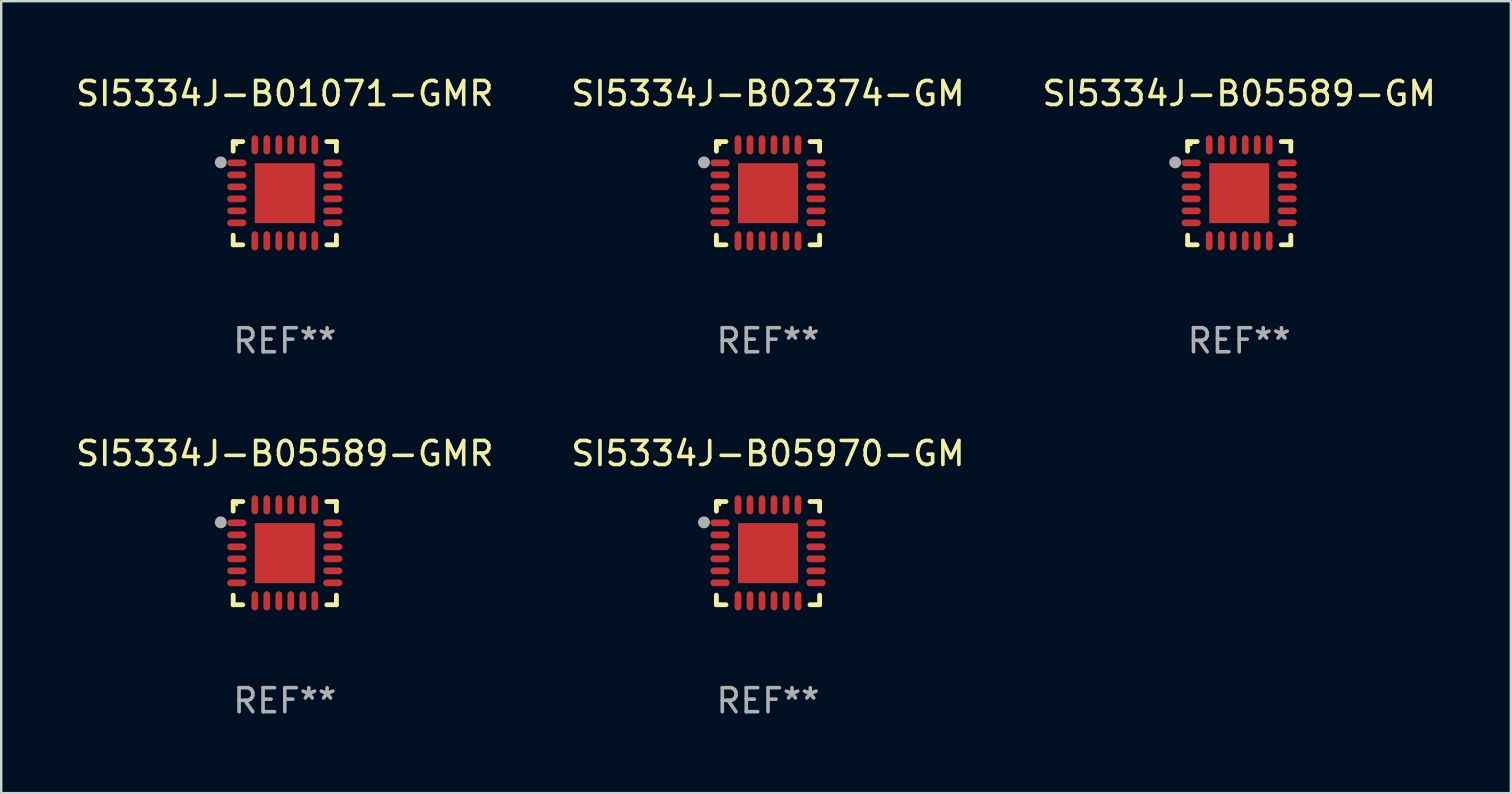
<source format=kicad_pcb>
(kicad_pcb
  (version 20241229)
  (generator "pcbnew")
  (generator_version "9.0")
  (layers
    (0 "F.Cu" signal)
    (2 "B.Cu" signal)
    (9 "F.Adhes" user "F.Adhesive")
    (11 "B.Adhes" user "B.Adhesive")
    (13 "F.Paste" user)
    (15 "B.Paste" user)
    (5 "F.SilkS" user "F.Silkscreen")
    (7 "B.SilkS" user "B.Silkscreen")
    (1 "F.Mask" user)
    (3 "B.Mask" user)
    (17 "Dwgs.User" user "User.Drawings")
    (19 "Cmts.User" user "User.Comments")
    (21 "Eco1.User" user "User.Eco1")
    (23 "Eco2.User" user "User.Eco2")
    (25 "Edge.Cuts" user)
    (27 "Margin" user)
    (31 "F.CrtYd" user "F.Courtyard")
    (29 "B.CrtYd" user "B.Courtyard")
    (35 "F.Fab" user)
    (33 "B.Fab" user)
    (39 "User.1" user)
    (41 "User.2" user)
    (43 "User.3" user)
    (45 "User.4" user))
  (footprint "SI5334J-B05589-GM"
    (layer "F.Cu")
    (at 48.577 4.998)
    (property "Reference" "SI5334J-B05589-GM" (at 0 -4.15 0) (layer "F.SilkS") (effects (font (size 1 1) (thickness 0.15))))
    (attr through_hole)
    (fp_line (start -2.15 -2.15) (end -1.75 -2.15) (stroke (width 0.2) (type solid)) (layer "F.SilkS"))
    (fp_line (start -2.15 -1.75) (end -2.15 -2.15) (stroke (width 0.2) (type solid)) (layer "F.SilkS"))
    (fp_line (start -2.15 2.15) (end -2.15 1.75) (stroke (width 0.2) (type solid)) (layer "F.SilkS"))
    (fp_line (start -1.75 2.15) (end -2.15 2.15) (stroke (width 0.2) (type solid)) (layer "F.SilkS"))
    (fp_line (start 1.75 -2.15) (end 2.15 -2.15) (stroke (width 0.2) (type solid)) (layer "F.SilkS"))
    (fp_line (start 1.75 2.15) (end 2.15 2.15) (stroke (width 0.2) (type solid)) (layer "F.SilkS"))
    (fp_line (start 2.15 -2.15) (end 2.15 -1.75) (stroke (width 0.2) (type solid)) (layer "F.SilkS"))
    (fp_line (start 2.15 2.15) (end 2.15 1.75) (stroke (width 0.2) (type solid)) (layer "F.SilkS"))
    (fp_circle (center -2 -2.013) (end -1.97 -2.013) (stroke (width 0.06) (type solid)) (fill no) (layer "F.SilkS"))
    (fp_circle (center -2.667 -1.283) (end -2.542 -1.283) (stroke (width 0.25) (type solid)) (fill no) (layer "F.Fab"))
    (fp_text user "REF**" (at 0 6.15 0) (layer "F.Fab") (effects (font (size 1 1) (thickness 0.15))))
    (pad "1" smd oval (at -2 -1.263) (size 0.8 0.28) (layers "F.Cu" "F.Mask" "F.Paste"))
    (pad "2" smd oval (at -2 -0.763) (size 0.8 0.28) (layers "F.Cu" "F.Mask" "F.Paste"))
    (pad "3" smd oval (at -2 -0.263) (size 0.8 0.28) (layers "F.Cu" "F.Mask" "F.Paste"))
    (pad "4" smd oval (at -2 0.237) (size 0.8 0.28) (layers "F.Cu" "F.Mask" "F.Paste"))
    (pad "5" smd oval (at -2 0.737) (size 0.8 0.28) (layers "F.Cu" "F.Mask" "F.Paste"))
    (pad "6" smd oval (at -2 1.237) (size 0.8 0.28) (layers "F.Cu" "F.Mask" "F.Paste"))
    (pad "7" smd oval (at -1.25 1.987) (size 0.28 0.8) (layers "F.Cu" "F.Mask" "F.Paste"))
    (pad "8" smd oval (at -0.75 1.987) (size 0.28 0.8) (layers "F.Cu" "F.Mask" "F.Paste"))
    (pad "9" smd oval (at -0.25 1.987) (size 0.28 0.8) (layers "F.Cu" "F.Mask" "F.Paste"))
    (pad "10" smd oval (at 0.25 1.987) (size 0.28 0.8) (layers "F.Cu" "F.Mask" "F.Paste"))
    (pad "11" smd oval (at 0.75 1.987) (size 0.28 0.8) (layers "F.Cu" "F.Mask" "F.Paste"))
    (pad "12" smd oval (at 1.25 1.987) (size 0.28 0.8) (layers "F.Cu" "F.Mask" "F.Paste"))
    (pad "13" smd oval (at 2 1.237) (size 0.8 0.28) (layers "F.Cu" "F.Mask" "F.Paste"))
    (pad "14" smd oval (at 2 0.737) (size 0.8 0.28) (layers "F.Cu" "F.Mask" "F.Paste"))
    (pad "15" smd oval (at 2 0.237) (size 0.8 0.28) (layers "F.Cu" "F.Mask" "F.Paste"))
    (pad "16" smd oval (at 2 -0.263) (size 0.8 0.28) (layers "F.Cu" "F.Mask" "F.Paste"))
    (pad "17" smd oval (at 2 -0.763) (size 0.8 0.28) (layers "F.Cu" "F.Mask" "F.Paste"))
    (pad "18" smd oval (at 2 -1.263) (size 0.8 0.28) (layers "F.Cu" "F.Mask" "F.Paste"))
    (pad "19" smd oval (at 1.25 -2.013) (size 0.28 0.8) (layers "F.Cu" "F.Mask" "F.Paste"))
    (pad "20" smd oval (at 0.75 -2.013) (size 0.28 0.8) (layers "F.Cu" "F.Mask" "F.Paste"))
    (pad "21" smd oval (at 0.25 -2.013) (size 0.28 0.8) (layers "F.Cu" "F.Mask" "F.Paste"))
    (pad "22" smd oval (at -0.25 -2.013) (size 0.28 0.8) (layers "F.Cu" "F.Mask" "F.Paste"))
    (pad "23" smd oval (at -0.75 -2.013) (size 0.28 0.8) (layers "F.Cu" "F.Mask" "F.Paste"))
    (pad "24" smd oval (at -1.25 -2.013) (size 0.28 0.8) (layers "F.Cu" "F.Mask" "F.Paste"))
    (pad "25" smd rect (at -0.000127 -0.00014) (size 2.5 2.5) (layers "F.Cu" "F.Mask" "F.Paste")))
  (footprint "SI5334J-B01071-GMR"
    (layer "F.Cu")
    (at 8.815 4.998)
    (property "Reference" "SI5334J-B01071-GMR" (at 0 -4.15 0) (layer "F.SilkS") (effects (font (size 1 1) (thickness 0.15))))
    (attr through_hole)
    (fp_line (start -2.15 -2.15) (end -1.75 -2.15) (stroke (width 0.2) (type solid)) (layer "F.SilkS"))
    (fp_line (start -2.15 -1.75) (end -2.15 -2.15) (stroke (width 0.2) (type solid)) (layer "F.SilkS"))
    (fp_line (start -2.15 2.15) (end -2.15 1.75) (stroke (width 0.2) (type solid)) (layer "F.SilkS"))
    (fp_line (start -1.75 2.15) (end -2.15 2.15) (stroke (width 0.2) (type solid)) (layer "F.SilkS"))
    (fp_line (start 1.75 -2.15) (end 2.15 -2.15) (stroke (width 0.2) (type solid)) (layer "F.SilkS"))
    (fp_line (start 1.75 2.15) (end 2.15 2.15) (stroke (width 0.2) (type solid)) (layer "F.SilkS"))
    (fp_line (start 2.15 -2.15) (end 2.15 -1.75) (stroke (width 0.2) (type solid)) (layer "F.SilkS"))
    (fp_line (start 2.15 2.15) (end 2.15 1.75) (stroke (width 0.2) (type solid)) (layer "F.SilkS"))
    (fp_circle (center -2 -2.013) (end -1.97 -2.013) (stroke (width 0.06) (type solid)) (fill no) (layer "F.SilkS"))
    (fp_circle (center -2.667 -1.283) (end -2.542 -1.283) (stroke (width 0.25) (type solid)) (fill no) (layer "F.Fab"))
    (fp_text user "REF**" (at 0 6.15 0) (layer "F.Fab") (effects (font (size 1 1) (thickness 0.15))))
    (pad "1" smd oval (at -2 -1.263) (size 0.8 0.28) (layers "F.Cu" "F.Mask" "F.Paste"))
    (pad "2" smd oval (at -2 -0.763) (size 0.8 0.28) (layers "F.Cu" "F.Mask" "F.Paste"))
    (pad "3" smd oval (at -2 -0.263) (size 0.8 0.28) (layers "F.Cu" "F.Mask" "F.Paste"))
    (pad "4" smd oval (at -2 0.237) (size 0.8 0.28) (layers "F.Cu" "F.Mask" "F.Paste"))
    (pad "5" smd oval (at -2 0.737) (size 0.8 0.28) (layers "F.Cu" "F.Mask" "F.Paste"))
    (pad "6" smd oval (at -2 1.237) (size 0.8 0.28) (layers "F.Cu" "F.Mask" "F.Paste"))
    (pad "7" smd oval (at -1.25 1.987) (size 0.28 0.8) (layers "F.Cu" "F.Mask" "F.Paste"))
    (pad "8" smd oval (at -0.75 1.987) (size 0.28 0.8) (layers "F.Cu" "F.Mask" "F.Paste"))
    (pad "9" smd oval (at -0.25 1.987) (size 0.28 0.8) (layers "F.Cu" "F.Mask" "F.Paste"))
    (pad "10" smd oval (at 0.25 1.987) (size 0.28 0.8) (layers "F.Cu" "F.Mask" "F.Paste"))
    (pad "11" smd oval (at 0.75 1.987) (size 0.28 0.8) (layers "F.Cu" "F.Mask" "F.Paste"))
    (pad "12" smd oval (at 1.25 1.987) (size 0.28 0.8) (layers "F.Cu" "F.Mask" "F.Paste"))
    (pad "13" smd oval (at 2 1.237) (size 0.8 0.28) (layers "F.Cu" "F.Mask" "F.Paste"))
    (pad "14" smd oval (at 2 0.737) (size 0.8 0.28) (layers "F.Cu" "F.Mask" "F.Paste"))
    (pad "15" smd oval (at 2 0.237) (size 0.8 0.28) (layers "F.Cu" "F.Mask" "F.Paste"))
    (pad "16" smd oval (at 2 -0.263) (size 0.8 0.28) (layers "F.Cu" "F.Mask" "F.Paste"))
    (pad "17" smd oval (at 2 -0.763) (size 0.8 0.28) (layers "F.Cu" "F.Mask" "F.Paste"))
    (pad "18" smd oval (at 2 -1.263) (size 0.8 0.28) (layers "F.Cu" "F.Mask" "F.Paste"))
    (pad "19" smd oval (at 1.25 -2.013) (size 0.28 0.8) (layers "F.Cu" "F.Mask" "F.Paste"))
    (pad "20" smd oval (at 0.75 -2.013) (size 0.28 0.8) (layers "F.Cu" "F.Mask" "F.Paste"))
    (pad "21" smd oval (at 0.25 -2.013) (size 0.28 0.8) (layers "F.Cu" "F.Mask" "F.Paste"))
    (pad "22" smd oval (at -0.25 -2.013) (size 0.28 0.8) (layers "F.Cu" "F.Mask" "F.Paste"))
    (pad "23" smd oval (at -0.75 -2.013) (size 0.28 0.8) (layers "F.Cu" "F.Mask" "F.Paste"))
    (pad "24" smd oval (at -1.25 -2.013) (size 0.28 0.8) (layers "F.Cu" "F.Mask" "F.Paste"))
    (pad "25" smd rect (at -0.000127 -0.00014) (size 2.5 2.5) (layers "F.Cu" "F.Mask" "F.Paste")))
  (footprint "SI5334J-B02374-GM"
    (layer "F.Cu")
    (at 28.946 4.998)
    (property "Reference" "SI5334J-B02374-GM" (at 0 -4.15 0) (layer "F.SilkS") (effects (font (size 1 1) (thickness 0.15))))
    (attr through_hole)
    (fp_line (start -2.15 -2.15) (end -1.75 -2.15) (stroke (width 0.2) (type solid)) (layer "F.SilkS"))
    (fp_line (start -2.15 -1.75) (end -2.15 -2.15) (stroke (width 0.2) (type solid)) (layer "F.SilkS"))
    (fp_line (start -2.15 2.15) (end -2.15 1.75) (stroke (width 0.2) (type solid)) (layer "F.SilkS"))
    (fp_line (start -1.75 2.15) (end -2.15 2.15) (stroke (width 0.2) (type solid)) (layer "F.SilkS"))
    (fp_line (start 1.75 -2.15) (end 2.15 -2.15) (stroke (width 0.2) (type solid)) (layer "F.SilkS"))
    (fp_line (start 1.75 2.15) (end 2.15 2.15) (stroke (width 0.2) (type solid)) (layer "F.SilkS"))
    (fp_line (start 2.15 -2.15) (end 2.15 -1.75) (stroke (width 0.2) (type solid)) (layer "F.SilkS"))
    (fp_line (start 2.15 2.15) (end 2.15 1.75) (stroke (width 0.2) (type solid)) (layer "F.SilkS"))
    (fp_circle (center -2 -2.013) (end -1.97 -2.013) (stroke (width 0.06) (type solid)) (fill no) (layer "F.SilkS"))
    (fp_circle (center -2.667 -1.283) (end -2.542 -1.283) (stroke (width 0.25) (type solid)) (fill no) (layer "F.Fab"))
    (fp_text user "REF**" (at 0 6.15 0) (layer "F.Fab") (effects (font (size 1 1) (thickness 0.15))))
    (pad "1" smd oval (at -2 -1.263) (size 0.8 0.28) (layers "F.Cu" "F.Mask" "F.Paste"))
    (pad "2" smd oval (at -2 -0.763) (size 0.8 0.28) (layers "F.Cu" "F.Mask" "F.Paste"))
    (pad "3" smd oval (at -2 -0.263) (size 0.8 0.28) (layers "F.Cu" "F.Mask" "F.Paste"))
    (pad "4" smd oval (at -2 0.237) (size 0.8 0.28) (layers "F.Cu" "F.Mask" "F.Paste"))
    (pad "5" smd oval (at -2 0.737) (size 0.8 0.28) (layers "F.Cu" "F.Mask" "F.Paste"))
    (pad "6" smd oval (at -2 1.237) (size 0.8 0.28) (layers "F.Cu" "F.Mask" "F.Paste"))
    (pad "7" smd oval (at -1.25 1.987) (size 0.28 0.8) (layers "F.Cu" "F.Mask" "F.Paste"))
    (pad "8" smd oval (at -0.75 1.987) (size 0.28 0.8) (layers "F.Cu" "F.Mask" "F.Paste"))
    (pad "9" smd oval (at -0.25 1.987) (size 0.28 0.8) (layers "F.Cu" "F.Mask" "F.Paste"))
    (pad "10" smd oval (at 0.25 1.987) (size 0.28 0.8) (layers "F.Cu" "F.Mask" "F.Paste"))
    (pad "11" smd oval (at 0.75 1.987) (size 0.28 0.8) (layers "F.Cu" "F.Mask" "F.Paste"))
    (pad "12" smd oval (at 1.25 1.987) (size 0.28 0.8) (layers "F.Cu" "F.Mask" "F.Paste"))
    (pad "13" smd oval (at 2 1.237) (size 0.8 0.28) (layers "F.Cu" "F.Mask" "F.Paste"))
    (pad "14" smd oval (at 2 0.737) (size 0.8 0.28) (layers "F.Cu" "F.Mask" "F.Paste"))
    (pad "15" smd oval (at 2 0.237) (size 0.8 0.28) (layers "F.Cu" "F.Mask" "F.Paste"))
    (pad "16" smd oval (at 2 -0.263) (size 0.8 0.28) (layers "F.Cu" "F.Mask" "F.Paste"))
    (pad "17" smd oval (at 2 -0.763) (size 0.8 0.28) (layers "F.Cu" "F.Mask" "F.Paste"))
    (pad "18" smd oval (at 2 -1.263) (size 0.8 0.28) (layers "F.Cu" "F.Mask" "F.Paste"))
    (pad "19" smd oval (at 1.25 -2.013) (size 0.28 0.8) (layers "F.Cu" "F.Mask" "F.Paste"))
    (pad "20" smd oval (at 0.75 -2.013) (size 0.28 0.8) (layers "F.Cu" "F.Mask" "F.Paste"))
    (pad "21" smd oval (at 0.25 -2.013) (size 0.28 0.8) (layers "F.Cu" "F.Mask" "F.Paste"))
    (pad "22" smd oval (at -0.25 -2.013) (size 0.28 0.8) (layers "F.Cu" "F.Mask" "F.Paste"))
    (pad "23" smd oval (at -0.75 -2.013) (size 0.28 0.8) (layers "F.Cu" "F.Mask" "F.Paste"))
    (pad "24" smd oval (at -1.25 -2.013) (size 0.28 0.8) (layers "F.Cu" "F.Mask" "F.Paste"))
    (pad "25" smd rect (at -0.000127 -0.00014) (size 2.5 2.5) (layers "F.Cu" "F.Mask" "F.Paste")))
  (footprint "SI5334J-B05589-GMR"
    (layer "F.Cu")
    (at 8.815 19.995)
    (property "Reference" "SI5334J-B05589-GMR" (at 0 -4.15 0) (layer "F.SilkS") (effects (font (size 1 1) (thickness 0.15))))
    (attr through_hole)
    (fp_line (start -2.15 -2.15) (end -1.75 -2.15) (stroke (width 0.2) (type solid)) (layer "F.SilkS"))
    (fp_line (start -2.15 -1.75) (end -2.15 -2.15) (stroke (width 0.2) (type solid)) (layer "F.SilkS"))
    (fp_line (start -2.15 2.15) (end -2.15 1.75) (stroke (width 0.2) (type solid)) (layer "F.SilkS"))
    (fp_line (start -1.75 2.15) (end -2.15 2.15) (stroke (width 0.2) (type solid)) (layer "F.SilkS"))
    (fp_line (start 1.75 -2.15) (end 2.15 -2.15) (stroke (width 0.2) (type solid)) (layer "F.SilkS"))
    (fp_line (start 1.75 2.15) (end 2.15 2.15) (stroke (width 0.2) (type solid)) (layer "F.SilkS"))
    (fp_line (start 2.15 -2.15) (end 2.15 -1.75) (stroke (width 0.2) (type solid)) (layer "F.SilkS"))
    (fp_line (start 2.15 2.15) (end 2.15 1.75) (stroke (width 0.2) (type solid)) (layer "F.SilkS"))
    (fp_circle (center -2 -2.013) (end -1.97 -2.013) (stroke (width 0.06) (type solid)) (fill no) (layer "F.SilkS"))
    (fp_circle (center -2.667 -1.283) (end -2.542 -1.283) (stroke (width 0.25) (type solid)) (fill no) (layer "F.Fab"))
    (fp_text user "REF**" (at 0 6.15 0) (layer "F.Fab") (effects (font (size 1 1) (thickness 0.15))))
    (pad "1" smd oval (at -2 -1.263) (size 0.8 0.28) (layers "F.Cu" "F.Mask" "F.Paste"))
    (pad "2" smd oval (at -2 -0.763) (size 0.8 0.28) (layers "F.Cu" "F.Mask" "F.Paste"))
    (pad "3" smd oval (at -2 -0.263) (size 0.8 0.28) (layers "F.Cu" "F.Mask" "F.Paste"))
    (pad "4" smd oval (at -2 0.237) (size 0.8 0.28) (layers "F.Cu" "F.Mask" "F.Paste"))
    (pad "5" smd oval (at -2 0.737) (size 0.8 0.28) (layers "F.Cu" "F.Mask" "F.Paste"))
    (pad "6" smd oval (at -2 1.237) (size 0.8 0.28) (layers "F.Cu" "F.Mask" "F.Paste"))
    (pad "7" smd oval (at -1.25 1.987) (size 0.28 0.8) (layers "F.Cu" "F.Mask" "F.Paste"))
    (pad "8" smd oval (at -0.75 1.987) (size 0.28 0.8) (layers "F.Cu" "F.Mask" "F.Paste"))
    (pad "9" smd oval (at -0.25 1.987) (size 0.28 0.8) (layers "F.Cu" "F.Mask" "F.Paste"))
    (pad "10" smd oval (at 0.25 1.987) (size 0.28 0.8) (layers "F.Cu" "F.Mask" "F.Paste"))
    (pad "11" smd oval (at 0.75 1.987) (size 0.28 0.8) (layers "F.Cu" "F.Mask" "F.Paste"))
    (pad "12" smd oval (at 1.25 1.987) (size 0.28 0.8) (layers "F.Cu" "F.Mask" "F.Paste"))
    (pad "13" smd oval (at 2 1.237) (size 0.8 0.28) (layers "F.Cu" "F.Mask" "F.Paste"))
    (pad "14" smd oval (at 2 0.737) (size 0.8 0.28) (layers "F.Cu" "F.Mask" "F.Paste"))
    (pad "15" smd oval (at 2 0.237) (size 0.8 0.28) (layers "F.Cu" "F.Mask" "F.Paste"))
    (pad "16" smd oval (at 2 -0.263) (size 0.8 0.28) (layers "F.Cu" "F.Mask" "F.Paste"))
    (pad "17" smd oval (at 2 -0.763) (size 0.8 0.28) (layers "F.Cu" "F.Mask" "F.Paste"))
    (pad "18" smd oval (at 2 -1.263) (size 0.8 0.28) (layers "F.Cu" "F.Mask" "F.Paste"))
    (pad "19" smd oval (at 1.25 -2.013) (size 0.28 0.8) (layers "F.Cu" "F.Mask" "F.Paste"))
    (pad "20" smd oval (at 0.75 -2.013) (size 0.28 0.8) (layers "F.Cu" "F.Mask" "F.Paste"))
    (pad "21" smd oval (at 0.25 -2.013) (size 0.28 0.8) (layers "F.Cu" "F.Mask" "F.Paste"))
    (pad "22" smd oval (at -0.25 -2.013) (size 0.28 0.8) (layers "F.Cu" "F.Mask" "F.Paste"))
    (pad "23" smd oval (at -0.75 -2.013) (size 0.28 0.8) (layers "F.Cu" "F.Mask" "F.Paste"))
    (pad "24" smd oval (at -1.25 -2.013) (size 0.28 0.8) (layers "F.Cu" "F.Mask" "F.Paste"))
    (pad "25" smd rect (at -0.000127 -0.00014) (size 2.5 2.5) (layers "F.Cu" "F.Mask" "F.Paste")))
  (footprint "SI5334J-B05970-GM"
    (layer "F.Cu")
    (at 28.946 19.995)
    (property "Reference" "SI5334J-B05970-GM" (at 0 -4.15 0) (layer "F.SilkS") (effects (font (size 1 1) (thickness 0.15))))
    (attr through_hole)
    (fp_line (start -2.15 -2.15) (end -1.75 -2.15) (stroke (width 0.2) (type solid)) (layer "F.SilkS"))
    (fp_line (start -2.15 -1.75) (end -2.15 -2.15) (stroke (width 0.2) (type solid)) (layer "F.SilkS"))
    (fp_line (start -2.15 2.15) (end -2.15 1.75) (stroke (width 0.2) (type solid)) (layer "F.SilkS"))
    (fp_line (start -1.75 2.15) (end -2.15 2.15) (stroke (width 0.2) (type solid)) (layer "F.SilkS"))
    (fp_line (start 1.75 -2.15) (end 2.15 -2.15) (stroke (width 0.2) (type solid)) (layer "F.SilkS"))
    (fp_line (start 1.75 2.15) (end 2.15 2.15) (stroke (width 0.2) (type solid)) (layer "F.SilkS"))
    (fp_line (start 2.15 -2.15) (end 2.15 -1.75) (stroke (width 0.2) (type solid)) (layer "F.SilkS"))
    (fp_line (start 2.15 2.15) (end 2.15 1.75) (stroke (width 0.2) (type solid)) (layer "F.SilkS"))
    (fp_circle (center -2 -2.013) (end -1.97 -2.013) (stroke (width 0.06) (type solid)) (fill no) (layer "F.SilkS"))
    (fp_circle (center -2.667 -1.283) (end -2.542 -1.283) (stroke (width 0.25) (type solid)) (fill no) (layer "F.Fab"))
    (fp_text user "REF**" (at 0 6.15 0) (layer "F.Fab") (effects (font (size 1 1) (thickness 0.15))))
    (pad "1" smd oval (at -2 -1.263) (size 0.8 0.28) (layers "F.Cu" "F.Mask" "F.Paste"))
    (pad "2" smd oval (at -2 -0.763) (size 0.8 0.28) (layers "F.Cu" "F.Mask" "F.Paste"))
    (pad "3" smd oval (at -2 -0.263) (size 0.8 0.28) (layers "F.Cu" "F.Mask" "F.Paste"))
    (pad "4" smd oval (at -2 0.237) (size 0.8 0.28) (layers "F.Cu" "F.Mask" "F.Paste"))
    (pad "5" smd oval (at -2 0.737) (size 0.8 0.28) (layers "F.Cu" "F.Mask" "F.Paste"))
    (pad "6" smd oval (at -2 1.237) (size 0.8 0.28) (layers "F.Cu" "F.Mask" "F.Paste"))
    (pad "7" smd oval (at -1.25 1.987) (size 0.28 0.8) (layers "F.Cu" "F.Mask" "F.Paste"))
    (pad "8" smd oval (at -0.75 1.987) (size 0.28 0.8) (layers "F.Cu" "F.Mask" "F.Paste"))
    (pad "9" smd oval (at -0.25 1.987) (size 0.28 0.8) (layers "F.Cu" "F.Mask" "F.Paste"))
    (pad "10" smd oval (at 0.25 1.987) (size 0.28 0.8) (layers "F.Cu" "F.Mask" "F.Paste"))
    (pad "11" smd oval (at 0.75 1.987) (size 0.28 0.8) (layers "F.Cu" "F.Mask" "F.Paste"))
    (pad "12" smd oval (at 1.25 1.987) (size 0.28 0.8) (layers "F.Cu" "F.Mask" "F.Paste"))
    (pad "13" smd oval (at 2 1.237) (size 0.8 0.28) (layers "F.Cu" "F.Mask" "F.Paste"))
    (pad "14" smd oval (at 2 0.737) (size 0.8 0.28) (layers "F.Cu" "F.Mask" "F.Paste"))
    (pad "15" smd oval (at 2 0.237) (size 0.8 0.28) (layers "F.Cu" "F.Mask" "F.Paste"))
    (pad "16" smd oval (at 2 -0.263) (size 0.8 0.28) (layers "F.Cu" "F.Mask" "F.Paste"))
    (pad "17" smd oval (at 2 -0.763) (size 0.8 0.28) (layers "F.Cu" "F.Mask" "F.Paste"))
    (pad "18" smd oval (at 2 -1.263) (size 0.8 0.28) (layers "F.Cu" "F.Mask" "F.Paste"))
    (pad "19" smd oval (at 1.25 -2.013) (size 0.28 0.8) (layers "F.Cu" "F.Mask" "F.Paste"))
    (pad "20" smd oval (at 0.75 -2.013) (size 0.28 0.8) (layers "F.Cu" "F.Mask" "F.Paste"))
    (pad "21" smd oval (at 0.25 -2.013) (size 0.28 0.8) (layers "F.Cu" "F.Mask" "F.Paste"))
    (pad "22" smd oval (at -0.25 -2.013) (size 0.28 0.8) (layers "F.Cu" "F.Mask" "F.Paste"))
    (pad "23" smd oval (at -0.75 -2.013) (size 0.28 0.8) (layers "F.Cu" "F.Mask" "F.Paste"))
    (pad "24" smd oval (at -1.25 -2.013) (size 0.28 0.8) (layers "F.Cu" "F.Mask" "F.Paste"))
    (pad "25" smd rect (at -0.000127 -0.00014) (size 2.5 2.5) (layers "F.Cu" "F.Mask" "F.Paste")))
  (gr_rect
    (start -3 -3)
    (end 59.893 29.993)
    (stroke (width 0.1) (type default))
    (fill no)
    (layer "Edge.Cuts")))
</source>
